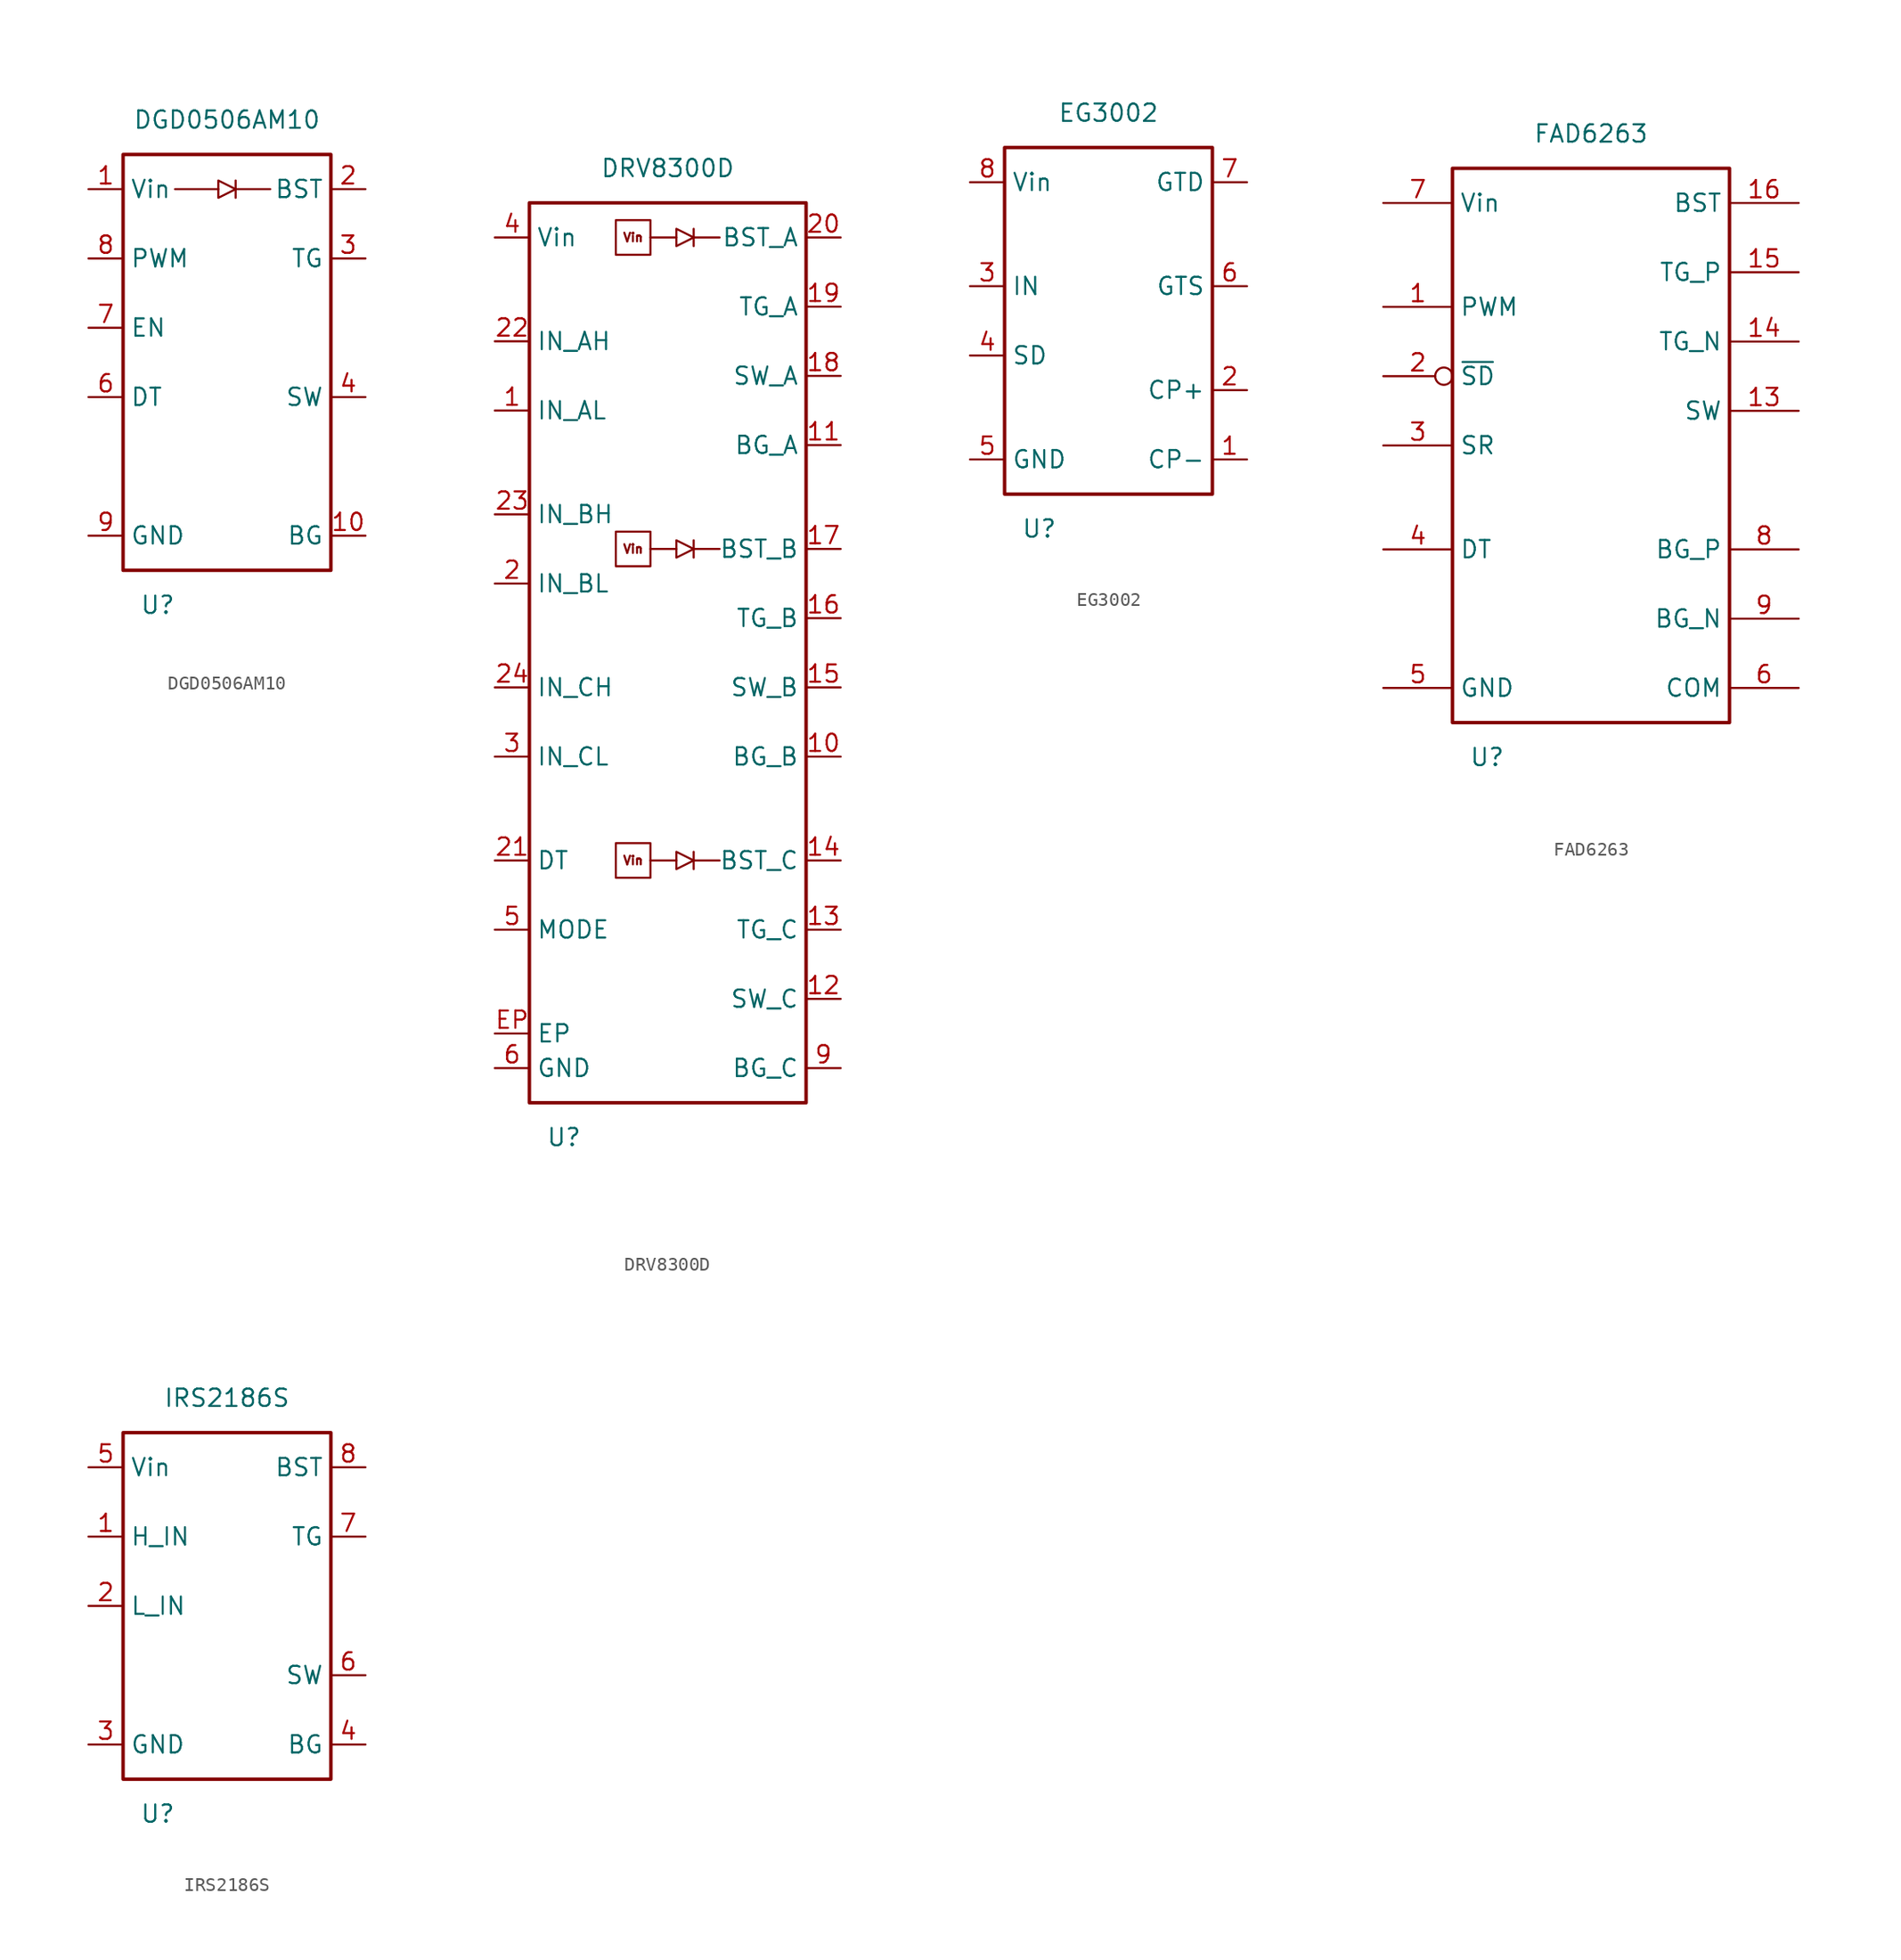
<source format=kicad_sym>
(kicad_symbol_lib
  (version 20220914)
  (generator kicad_symbol_editor)
  (symbol "DGD0506AM10"
    (property "Reference" "U"
      (at -5.08 -17.78 0)
      (effects (font (size 1.27 1.27))))
    (property "Value" "DGD0506AM10"
      (at 0 17.78 0)
      (effects (font (size 1.27 1.27))))
    (symbol "DGD0506AM10_0_1"
      (polyline (pts (xy -0.635 12.7) (xy -3.81 12.7)) (stroke (width 0) (type default)) (fill (type none)))
      (polyline (pts (xy 3.175 12.7) (xy 0.635 12.7)) (stroke (width 0) (type default)) (fill (type none))))
    (symbol "DGD0506AM10_1_1"
      (rectangle (start -7.62 15.24) (end 7.62 -15.24) (stroke (width 0.254) (type default)) (fill (type none)))
      (polyline (pts (xy 0.635 12.065) (xy 0.635 13.335)) (stroke (width 0) (type default)) (fill (type none)))
      (polyline (pts (xy -0.635 12.065) (xy 0.635 12.7) (xy -0.635 13.335) (xy -0.635 12.065)) (stroke (width 0) (type default)) (fill (type none)))
      (pin power_in line (at -10.16 12.7 0) (length 2.54) (name "Vin" (effects (font (size 1.27 1.27)))) (number "1" (effects (font (size 1.27 1.27)))))
      (pin output line (at 10.16 -12.7 180) (length 2.54) (name "BG" (effects (font (size 1.27 1.27)))) (number "10" (effects (font (size 1.27 1.27)))))
      (pin power_in line (at 10.16 12.7 180) (length 2.54) (name "BST" (effects (font (size 1.27 1.27)))) (number "2" (effects (font (size 1.27 1.27)))))
      (pin output line (at 10.16 7.62 180) (length 2.54) (name "TG" (effects (font (size 1.27 1.27)))) (number "3" (effects (font (size 1.27 1.27)))))
      (pin power_in line (at 10.16 -2.54 180) (length 2.54) (name "SW" (effects (font (size 1.27 1.27)))) (number "4" (effects (font (size 1.27 1.27)))))
      (pin no_connect line (at -10.16 -7.62 0) (length 2.54) hide (name "NC" (effects (font (size 1.27 1.27)))) (number "5" (effects (font (size 1.27 1.27)))))
      (pin input line (at -10.16 -2.54 0) (length 2.54) (name "DT" (effects (font (size 1.27 1.27)))) (number "6" (effects (font (size 1.27 1.27)))))
      (pin input line (at -10.16 2.54 0) (length 2.54) (name "EN" (effects (font (size 1.27 1.27)))) (number "7" (effects (font (size 1.27 1.27)))))
      (pin input line (at -10.16 7.62 0) (length 2.54) (name "PWM" (effects (font (size 1.27 1.27)))) (number "8" (effects (font (size 1.27 1.27)))))
      (pin power_in line (at -10.16 -12.7 0) (length 2.54) (name "GND" (effects (font (size 1.27 1.27)))) (number "9" (effects (font (size 1.27 1.27)))))))
  (symbol "DRV8300D"
    (property "Reference" "U"
      (at -7.62 -35.56 0)
      (effects (font (size 1.27 1.27))))
    (property "Value" "DRV8300D"
      (at 0 35.56 0)
      (effects (font (size 1.27 1.27))))
    (symbol "DRV8300D_0_0"
      (text_box "Vin" (at -3.81 -13.97 0) (size 2.54 -2.54) (stroke (width 0) (type default)) (fill (type none)) (effects (font (size 0.635 0.635))))
      (text_box "Vin" (at -3.81 8.89 0) (size 2.54 -2.54) (stroke (width 0) (type default)) (fill (type none)) (effects (font (size 0.635 0.635))))
      (text_box "Vin" (at -3.81 31.75 0) (size 2.54 -2.54) (stroke (width 0) (type default)) (fill (type none)) (effects (font (size 0.635 0.635)))))
    (symbol "DRV8300D_0_1"
      (polyline (pts (xy -1.27 -15.24) (xy 0.635 -15.24)) (stroke (width 0) (type default)) (fill (type none)))
      (polyline (pts (xy -1.27 7.62) (xy 0.635 7.62)) (stroke (width 0) (type default)) (fill (type none)))
      (polyline (pts (xy -1.27 30.48) (xy 0.635 30.48)) (stroke (width 0) (type default)) (fill (type none)))
      (polyline (pts (xy 3.81 -15.24) (xy 1.905 -15.24)) (stroke (width 0) (type default)) (fill (type none)))
      (polyline (pts (xy 3.81 7.62) (xy 1.905 7.62)) (stroke (width 0) (type default)) (fill (type none)))
      (polyline (pts (xy 3.81 30.48) (xy 1.905 30.48)) (stroke (width 0) (type default)) (fill (type none))))
    (symbol "DRV8300D_1_1"
      (rectangle (start -10.16 33.02) (end 10.16 -33.02) (stroke (width 0.254) (type default)) (fill (type none)))
      (polyline (pts (xy 1.905 -15.875) (xy 1.905 -14.605)) (stroke (width 0) (type default)) (fill (type none)))
      (polyline (pts (xy 1.905 6.985) (xy 1.905 8.255)) (stroke (width 0) (type default)) (fill (type none)))
      (polyline (pts (xy 1.905 29.845) (xy 1.905 31.115)) (stroke (width 0) (type default)) (fill (type none)))
      (polyline (pts (xy 0.635 -15.875) (xy 1.905 -15.24) (xy 0.635 -14.605) (xy 0.635 -15.875)) (stroke (width 0) (type default)) (fill (type none)))
      (polyline (pts (xy 0.635 6.985) (xy 1.905 7.62) (xy 0.635 8.255) (xy 0.635 6.985)) (stroke (width 0) (type default)) (fill (type none)))
      (polyline (pts (xy 0.635 29.845) (xy 1.905 30.48) (xy 0.635 31.115) (xy 0.635 29.845)) (stroke (width 0) (type default)) (fill (type none)))
      (pin input line (at -12.7 17.78 0) (length 2.54) (name "IN_AL" (effects (font (size 1.27 1.27)))) (number "1" (effects (font (size 1.27 1.27)))))
      (pin output line (at 12.7 -7.62 180) (length 2.54) (name "BG_B" (effects (font (size 1.27 1.27)))) (number "10" (effects (font (size 1.27 1.27)))))
      (pin output line (at 12.7 15.24 180) (length 2.54) (name "BG_A" (effects (font (size 1.27 1.27)))) (number "11" (effects (font (size 1.27 1.27)))))
      (pin power_in line (at 12.7 -25.4 180) (length 2.54) (name "SW_C" (effects (font (size 1.27 1.27)))) (number "12" (effects (font (size 1.27 1.27)))))
      (pin output line (at 12.7 -20.32 180) (length 2.54) (name "TG_C" (effects (font (size 1.27 1.27)))) (number "13" (effects (font (size 1.27 1.27)))))
      (pin power_out line (at 12.7 -15.24 180) (length 2.54) (name "BST_C" (effects (font (size 1.27 1.27)))) (number "14" (effects (font (size 1.27 1.27)))))
      (pin power_in line (at 12.7 -2.54 180) (length 2.54) (name "SW_B" (effects (font (size 1.27 1.27)))) (number "15" (effects (font (size 1.27 1.27)))))
      (pin output line (at 12.7 2.54 180) (length 2.54) (name "TG_B" (effects (font (size 1.27 1.27)))) (number "16" (effects (font (size 1.27 1.27)))))
      (pin power_out line (at 12.7 7.62 180) (length 2.54) (name "BST_B" (effects (font (size 1.27 1.27)))) (number "17" (effects (font (size 1.27 1.27)))))
      (pin power_in line (at 12.7 20.32 180) (length 2.54) (name "SW_A" (effects (font (size 1.27 1.27)))) (number "18" (effects (font (size 1.27 1.27)))))
      (pin output line (at 12.7 25.4 180) (length 2.54) (name "TG_A" (effects (font (size 1.27 1.27)))) (number "19" (effects (font (size 1.27 1.27)))))
      (pin input line (at -12.7 5.08 0) (length 2.54) (name "IN_BL" (effects (font (size 1.27 1.27)))) (number "2" (effects (font (size 1.27 1.27)))))
      (pin power_out line (at 12.7 30.48 180) (length 2.54) (name "BST_A" (effects (font (size 1.27 1.27)))) (number "20" (effects (font (size 1.27 1.27)))))
      (pin passive line (at -12.7 -15.24 0) (length 2.54) (name "DT" (effects (font (size 1.27 1.27)))) (number "21" (effects (font (size 1.27 1.27)))))
      (pin input line (at -12.7 22.86 0) (length 2.54) (name "IN_AH" (effects (font (size 1.27 1.27)))) (number "22" (effects (font (size 1.27 1.27)))))
      (pin input line (at -12.7 10.16 0) (length 2.54) (name "IN_BH" (effects (font (size 1.27 1.27)))) (number "23" (effects (font (size 1.27 1.27)))))
      (pin input line (at -12.7 -2.54 0) (length 2.54) (name "IN_CH" (effects (font (size 1.27 1.27)))) (number "24" (effects (font (size 1.27 1.27)))))
      (pin input line (at -12.7 -7.62 0) (length 2.54) (name "IN_CL" (effects (font (size 1.27 1.27)))) (number "3" (effects (font (size 1.27 1.27)))))
      (pin power_in line (at -12.7 30.48 0) (length 2.54) (name "Vin" (effects (font (size 1.27 1.27)))) (number "4" (effects (font (size 1.27 1.27)))))
      (pin passive line (at -12.7 -20.32 0) (length 2.54) (name "MODE" (effects (font (size 1.27 1.27)))) (number "5" (effects (font (size 1.27 1.27)))))
      (pin power_in line (at -12.7 -30.48 0) (length 2.54) (name "GND" (effects (font (size 1.27 1.27)))) (number "6" (effects (font (size 1.27 1.27)))))
      (pin no_connect line (at -2.54 -35.56 90) (length 2.54) hide (name "NC" (effects (font (size 1.27 1.27)))) (number "7" (effects (font (size 1.27 1.27)))))
      (pin no_connect line (at 0 -35.56 90) (length 2.54) hide (name "NC" (effects (font (size 1.27 1.27)))) (number "8" (effects (font (size 1.27 1.27)))))
      (pin output line (at 12.7 -30.48 180) (length 2.54) (name "BG_C" (effects (font (size 1.27 1.27)))) (number "9" (effects (font (size 1.27 1.27)))))
      (pin passive line (at -12.7 -27.94 0) (length 2.54) (name "EP" (effects (font (size 1.27 1.27)))) (number "EP" (effects (font (size 1.27 1.27)))))))
  (symbol "EG3002"
    (property "Reference" "U"
      (at -5.08 -15.24 0)
      (effects (font (size 1.27 1.27))))
    (property "Value" "EG3002"
      (at 0 15.24 0)
      (effects (font (size 1.27 1.27))))
    (symbol "EG3002_1_1"
      (rectangle (start -7.62 12.7) (end 7.62 -12.7) (stroke (width 0.254) (type default)) (fill (type none)))
      (pin input line (at 10.16 -10.16 180) (length 2.54) (name "CP-" (effects (font (size 1.27 1.27)))) (number "1" (effects (font (size 1.27 1.27)))))
      (pin input line (at 10.16 -5.08 180) (length 2.54) (name "CP+" (effects (font (size 1.27 1.27)))) (number "2" (effects (font (size 1.27 1.27)))))
      (pin input line (at -10.16 2.54 0) (length 2.54) (name "IN" (effects (font (size 1.27 1.27)))) (number "3" (effects (font (size 1.27 1.27)))))
      (pin input line (at -10.16 -2.54 0) (length 2.54) (name "SD" (effects (font (size 1.27 1.27)))) (number "4" (effects (font (size 1.27 1.27)))))
      (pin power_in line (at -10.16 -10.16 0) (length 2.54) (name "GND" (effects (font (size 1.27 1.27)))) (number "5" (effects (font (size 1.27 1.27)))))
      (pin input line (at 10.16 2.54 180) (length 2.54) (name "GTS" (effects (font (size 1.27 1.27)))) (number "6" (effects (font (size 1.27 1.27)))))
      (pin output line (at 10.16 10.16 180) (length 2.54) (name "GTD" (effects (font (size 1.27 1.27)))) (number "7" (effects (font (size 1.27 1.27)))))
      (pin power_in line (at -10.16 10.16 0) (length 2.54) (name "Vin" (effects (font (size 1.27 1.27)))) (number "8" (effects (font (size 1.27 1.27)))))))
  (symbol "FAD6263"
    (property "Reference" "U"
      (at -7.62 -25.4 0)
      (effects (font (size 1.27 1.27))))
    (property "Value" "FAD6263"
      (at 0 20.32 0)
      (effects (font (size 1.27 1.27))))
    (symbol "FAD6263_1_0"
      (pin no_connect line (at -15.24 -12.7 0) (length 5.08) hide (name "NC" (effects (font (size 1.27 1.27)))) (number "10" (effects (font (size 1.27 1.27)))))
      (pin no_connect line (at -15.24 -15.24 0) (length 5.08) hide (name "NC" (effects (font (size 1.27 1.27)))) (number "11" (effects (font (size 1.27 1.27)))))
      (pin no_connect line (at -15.24 -17.78 0) (length 5.08) hide (name "NC" (effects (font (size 1.27 1.27)))) (number "12" (effects (font (size 1.27 1.27))))))
    (symbol "FAD6263_1_1"
      (rectangle (start -10.16 17.78) (end 10.16 -22.86) (stroke (width 0.254) (type default)) (fill (type none)))
      (pin input line (at -15.24 7.62 0) (length 5.08) (name "PWM" (effects (font (size 1.27 1.27)))) (number "1" (effects (font (size 1.27 1.27)))))
      (pin power_in line (at 15.24 0 180) (length 5.08) (name "SW" (effects (font (size 1.27 1.27)))) (number "13" (effects (font (size 1.27 1.27)))))
      (pin input line (at 15.24 5.08 180) (length 5.08) (name "TG_N" (effects (font (size 1.27 1.27)))) (number "14" (effects (font (size 1.27 1.27)))))
      (pin output line (at 15.24 10.16 180) (length 5.08) (name "TG_P" (effects (font (size 1.27 1.27)))) (number "15" (effects (font (size 1.27 1.27)))))
      (pin power_in line (at 15.24 15.24 180) (length 5.08) (name "BST" (effects (font (size 1.27 1.27)))) (number "16" (effects (font (size 1.27 1.27)))))
      (pin input inverted (at -15.24 2.54 0) (length 5.08) (name "~{SD}" (effects (font (size 1.27 1.27)))) (number "2" (effects (font (size 1.27 1.27)))))
      (pin input line (at -15.24 -2.54 0) (length 5.08) (name "SR" (effects (font (size 1.27 1.27)))) (number "3" (effects (font (size 1.27 1.27)))))
      (pin input line (at -15.24 -10.16 0) (length 5.08) (name "DT" (effects (font (size 1.27 1.27)))) (number "4" (effects (font (size 1.27 1.27)))))
      (pin power_in line (at -15.24 -20.32 0) (length 5.08) (name "GND" (effects (font (size 1.27 1.27)))) (number "5" (effects (font (size 1.27 1.27)))))
      (pin power_in line (at 15.24 -20.32 180) (length 5.08) (name "COM" (effects (font (size 1.27 1.27)))) (number "6" (effects (font (size 1.27 1.27)))))
      (pin power_in line (at -15.24 15.24 0) (length 5.08) (name "Vin" (effects (font (size 1.27 1.27)))) (number "7" (effects (font (size 1.27 1.27)))))
      (pin output line (at 15.24 -10.16 180) (length 5.08) (name "BG_P" (effects (font (size 1.27 1.27)))) (number "8" (effects (font (size 1.27 1.27)))))
      (pin input line (at 15.24 -15.24 180) (length 5.08) (name "BG_N" (effects (font (size 1.27 1.27)))) (number "9" (effects (font (size 1.27 1.27)))))))
  (symbol "IRS2186S"
    (property "Reference" "U"
      (at -5.08 -15.24 0)
      (effects (font (size 1.27 1.27))))
    (property "Value" "IRS2186S"
      (at 0 15.24 0)
      (effects (font (size 1.27 1.27))))
    (symbol "IRS2186S_1_1"
      (rectangle (start -7.62 12.7) (end 7.62 -12.7) (stroke (width 0.254) (type default)) (fill (type none)))
      (pin input line (at -10.16 5.08 0) (length 2.54) (name "H_IN" (effects (font (size 1.27 1.27)))) (number "1" (effects (font (size 1.27 1.27)))))
      (pin input line (at -10.16 0 0) (length 2.54) (name "L_IN" (effects (font (size 1.27 1.27)))) (number "2" (effects (font (size 1.27 1.27)))))
      (pin power_in line (at -10.16 -10.16 0) (length 2.54) (name "GND" (effects (font (size 1.27 1.27)))) (number "3" (effects (font (size 1.27 1.27)))))
      (pin output line (at 10.16 -10.16 180) (length 2.54) (name "BG" (effects (font (size 1.27 1.27)))) (number "4" (effects (font (size 1.27 1.27)))))
      (pin power_in line (at -10.16 10.16 0) (length 2.54) (name "Vin" (effects (font (size 1.27 1.27)))) (number "5" (effects (font (size 1.27 1.27)))))
      (pin power_in line (at 10.16 -5.08 180) (length 2.54) (name "SW" (effects (font (size 1.27 1.27)))) (number "6" (effects (font (size 1.27 1.27)))))
      (pin output line (at 10.16 5.08 180) (length 2.54) (name "TG" (effects (font (size 1.27 1.27)))) (number "7" (effects (font (size 1.27 1.27)))))
      (pin power_in line (at 10.16 10.16 180) (length 2.54) (name "BST" (effects (font (size 1.27 1.27)))) (number "8" (effects (font (size 1.27 1.27))))))))
</source>
